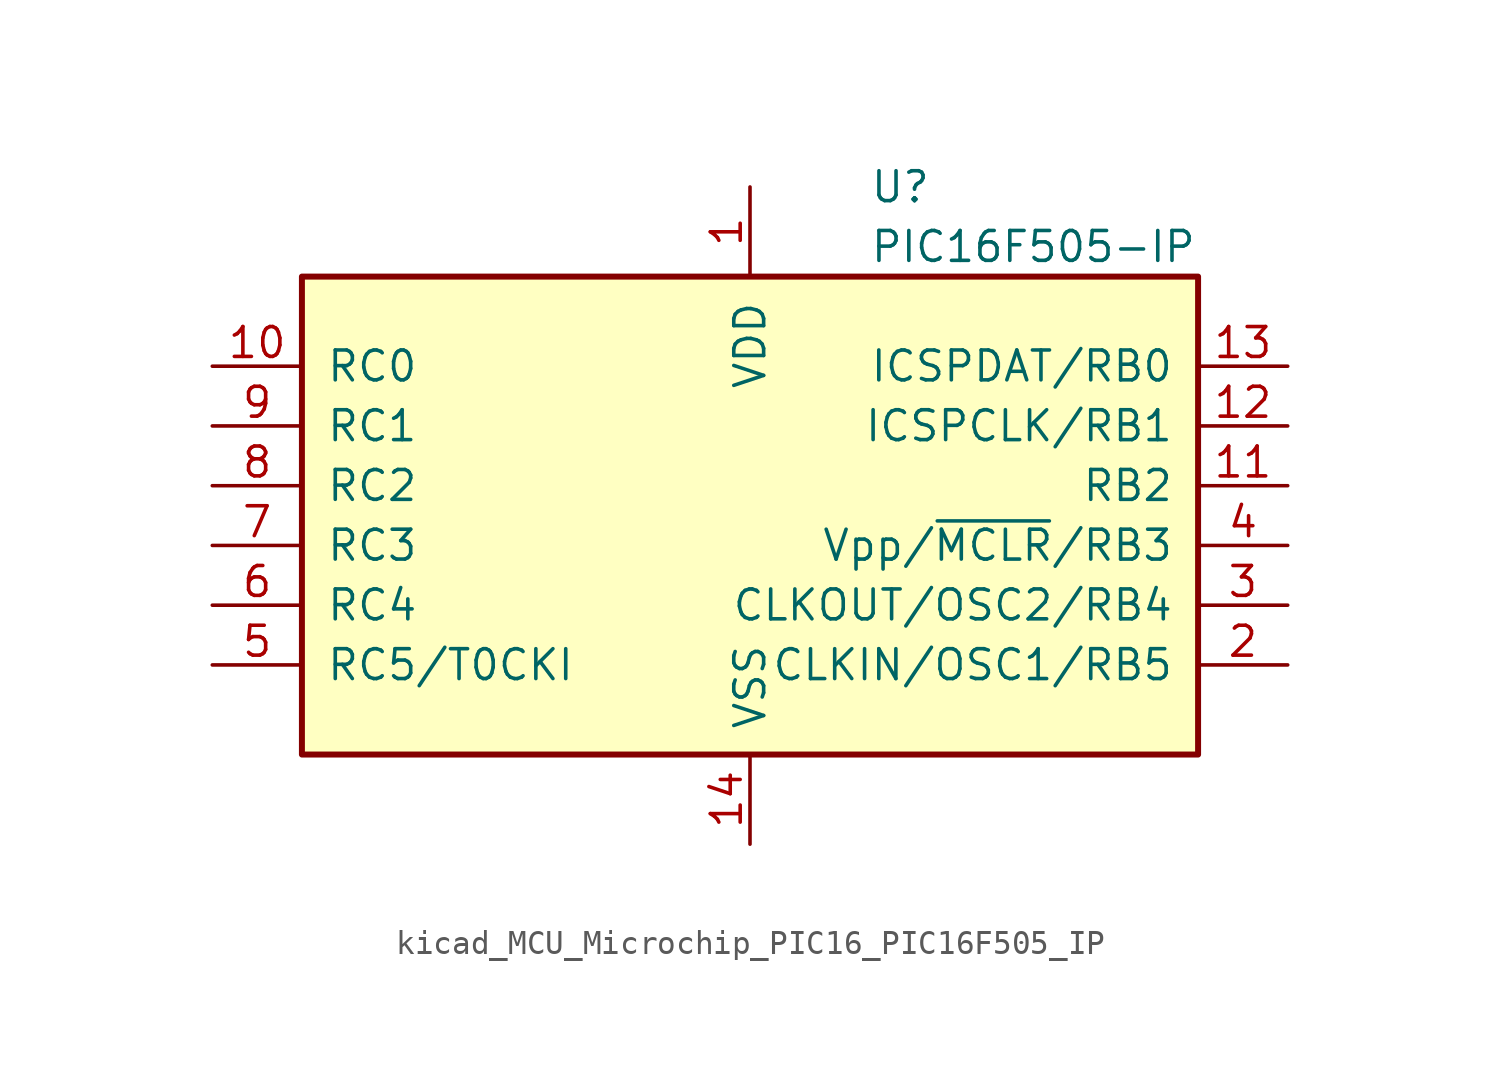
<source format=kicad_sym>
(kicad_symbol_lib
  (version 20220914)
  (generator kicad_symbol_editor)
  (symbol "kicad_MCU_Microchip_PIC16_PIC16F505_IP"
    (pin_names
      (offset 1.016))
    (property "Reference" "U"
      (at 5.08 12.7 0)
      (effects (font (size 1.27 1.27)) (justify left)))
    (property "Value" "PIC16F505-IP"
      (at 5.08 10.16 0)
      (effects (font (size 1.27 1.27)) (justify left)))
    (symbol "kicad_MCU_Microchip_PIC16_PIC16F505_IP_0_1"
      (rectangle (start -19.05 8.89) (end 19.05 -11.43) (stroke (width 0.254) (type default)) (fill (type background))))
    (symbol "kicad_MCU_Microchip_PIC16_PIC16F505_IP_1_1"
      (pin power_in line (at 0 12.7 270) (length 3.81) (name "VDD" (effects (font (size 1.27 1.27)))) (number "1" (effects (font (size 1.27 1.27)))))
      (pin bidirectional line (at -22.86 5.08 0) (length 3.81) (name "RC0" (effects (font (size 1.27 1.27)))) (number "10" (effects (font (size 1.27 1.27)))))
      (pin bidirectional line (at 22.86 0 180) (length 3.81) (name "RB2" (effects (font (size 1.27 1.27)))) (number "11" (effects (font (size 1.27 1.27)))))
      (pin bidirectional line (at 22.86 2.54 180) (length 3.81) (name "ICSPCLK/RB1" (effects (font (size 1.27 1.27)))) (number "12" (effects (font (size 1.27 1.27)))))
      (pin bidirectional line (at 22.86 5.08 180) (length 3.81) (name "ICSPDAT/RB0" (effects (font (size 1.27 1.27)))) (number "13" (effects (font (size 1.27 1.27)))))
      (pin power_in line (at 0 -15.24 90) (length 3.81) (name "VSS" (effects (font (size 1.27 1.27)))) (number "14" (effects (font (size 1.27 1.27)))))
      (pin bidirectional line (at 22.86 -7.62 180) (length 3.81) (name "CLKIN/OSC1/RB5" (effects (font (size 1.27 1.27)))) (number "2" (effects (font (size 1.27 1.27)))))
      (pin bidirectional line (at 22.86 -5.08 180) (length 3.81) (name "CLKOUT/OSC2/RB4" (effects (font (size 1.27 1.27)))) (number "3" (effects (font (size 1.27 1.27)))))
      (pin input line (at 22.86 -2.54 180) (length 3.81) (name "Vpp/~{MCLR}/RB3" (effects (font (size 1.27 1.27)))) (number "4" (effects (font (size 1.27 1.27)))))
      (pin bidirectional line (at -22.86 -7.62 0) (length 3.81) (name "RC5/T0CKI" (effects (font (size 1.27 1.27)))) (number "5" (effects (font (size 1.27 1.27)))))
      (pin bidirectional line (at -22.86 -5.08 0) (length 3.81) (name "RC4" (effects (font (size 1.27 1.27)))) (number "6" (effects (font (size 1.27 1.27)))))
      (pin bidirectional line (at -22.86 -2.54 0) (length 3.81) (name "RC3" (effects (font (size 1.27 1.27)))) (number "7" (effects (font (size 1.27 1.27)))))
      (pin bidirectional line (at -22.86 0 0) (length 3.81) (name "RC2" (effects (font (size 1.27 1.27)))) (number "8" (effects (font (size 1.27 1.27)))))
      (pin bidirectional line (at -22.86 2.54 0) (length 3.81) (name "RC1" (effects (font (size 1.27 1.27)))) (number "9" (effects (font (size 1.27 1.27))))))))
</source>
